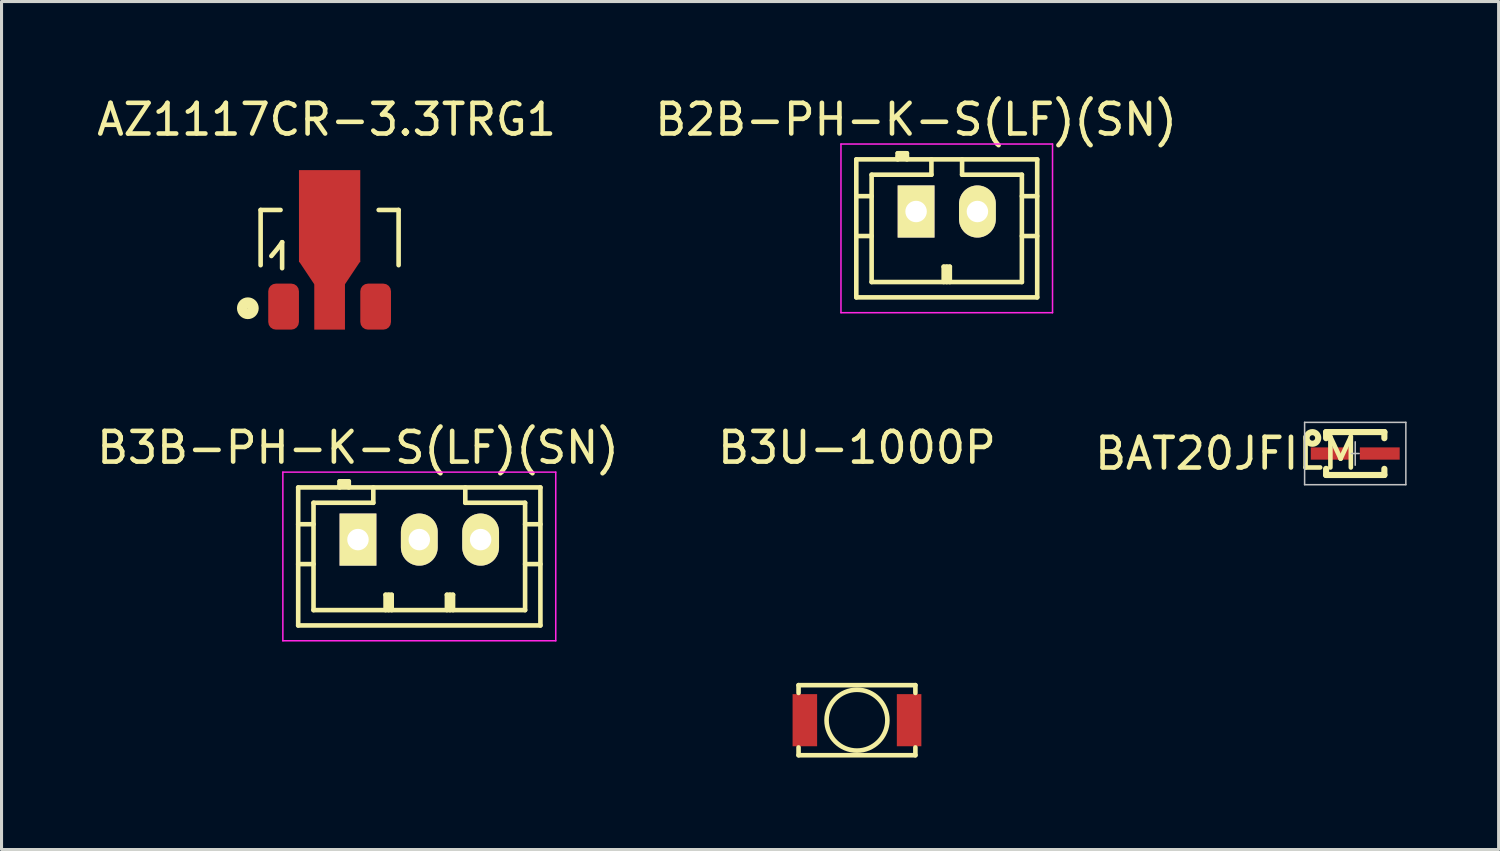
<source format=kicad_pcb>
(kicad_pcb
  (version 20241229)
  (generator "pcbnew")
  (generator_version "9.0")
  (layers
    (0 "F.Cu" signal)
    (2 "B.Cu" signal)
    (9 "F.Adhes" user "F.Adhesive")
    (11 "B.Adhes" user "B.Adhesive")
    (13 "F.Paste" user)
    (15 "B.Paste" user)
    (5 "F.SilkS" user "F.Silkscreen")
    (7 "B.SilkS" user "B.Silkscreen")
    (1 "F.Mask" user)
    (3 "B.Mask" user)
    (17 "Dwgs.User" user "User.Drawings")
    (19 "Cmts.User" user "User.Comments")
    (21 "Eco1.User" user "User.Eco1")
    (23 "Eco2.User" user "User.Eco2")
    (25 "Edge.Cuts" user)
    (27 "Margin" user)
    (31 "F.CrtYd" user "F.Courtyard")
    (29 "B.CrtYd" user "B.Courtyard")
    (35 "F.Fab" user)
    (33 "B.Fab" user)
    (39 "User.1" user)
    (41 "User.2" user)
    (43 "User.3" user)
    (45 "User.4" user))
  (footprint "B3U-1000P"
    (layer "F.Cu")
    (at 24.899 20.438)
    (property "Reference" "B3U-1000P" (at 0 -8.89 0) (layer "F.SilkS") (effects (font (size 1 1) (thickness 0.15))))
    (attr through_hole)
    (fp_line (start -1.905 -1.143) (end 1.905 -1.143) (stroke (width 0.15) (type solid)) (layer "F.SilkS"))
    (fp_line (start -1.905 -0.889) (end -1.905 -1.143) (stroke (width 0.15) (type solid)) (layer "F.SilkS"))
    (fp_line (start -1.905 1.143) (end -1.905 0.889) (stroke (width 0.15) (type solid)) (layer "F.SilkS"))
    (fp_line (start 1.905 -1.143) (end 1.905 -0.889) (stroke (width 0.15) (type solid)) (layer "F.SilkS"))
    (fp_line (start 1.905 0.889) (end 1.905 1.143) (stroke (width 0.15) (type solid)) (layer "F.SilkS"))
    (fp_line (start 1.905 1.143) (end -1.905 1.143) (stroke (width 0.15) (type solid)) (layer "F.SilkS"))
    (fp_circle (center 0 0) (end 0.635 0.762) (stroke (width 0.15) (type solid)) (fill no) (layer "F.SilkS"))
    (pad "1" smd rect (at -1.7 0) (size 0.8 1.7) (layers "F.Cu" "F.Mask" "F.Paste"))
    (pad "2" smd rect (at 1.7 0) (size 0.8 1.7) (layers "F.Cu" "F.Mask" "F.Paste")))
  (footprint "BAT20JFILM"
    (layer "F.Cu")
    (at 41.149 11.741)
    (property "Reference" "BAT20JFILM" (at -4.191 0 0) (layer "F.SilkS") (effects (font (size 1 1) (thickness 0.15))))
    (attr through_hole)
    (fp_line (start -0.95 -0.5) (end -0.95 -0.7) (stroke (width 0.2) (type solid)) (layer "F.SilkS"))
    (fp_line (start -0.95 0.5) (end -0.95 0.7) (stroke (width 0.2) (type solid)) (layer "F.SilkS"))
    (fp_line (start -0.95 0.7) (end 0.95 0.7) (stroke (width 0.2) (type solid)) (layer "F.SilkS"))
    (fp_line (start 0.95 -0.7) (end -0.95 -0.7) (stroke (width 0.2) (type solid)) (layer "F.SilkS"))
    (fp_line (start 0.95 -0.5) (end 0.95 -0.7) (stroke (width 0.2) (type solid)) (layer "F.SilkS"))
    (fp_line (start 0.95 0.5) (end 0.95 0.7) (stroke (width 0.2) (type solid)) (layer "F.SilkS"))
    (fp_circle (center -1.397 -0.508) (end -1.333 -0.445) (stroke (width 0.2) (type solid)) (fill no) (layer "F.SilkS"))
    (fp_line (start -1.651 -1.016) (end 1.651 -1.016) (stroke (width 0.05) (type solid)) (layer "Dwgs.User"))
    (fp_line (start -1.651 1.016) (end -1.651 -1.016) (stroke (width 0.05) (type solid)) (layer "Dwgs.User"))
    (fp_line (start 0 -0.381) (end 0 0.381) (stroke (width 0.05) (type solid)) (layer "Dwgs.User"))
    (fp_line (start 0.127 0) (end -0.127 0) (stroke (width 0.05) (type solid)) (layer "Dwgs.User"))
    (fp_line (start 1.651 -1.016) (end 1.651 1.016) (stroke (width 0.05) (type solid)) (layer "Dwgs.User"))
    (fp_line (start 1.651 1.016) (end -1.651 1.016) (stroke (width 0.05) (type solid)) (layer "Dwgs.User"))
    (pad "1" smd rect (at -0.8 0) (size 1.3 0.4) (layers "F.Cu" "F.Mask" "F.Paste"))
    (pad "2" smd rect (at 0.8 0) (size 1.3 0.4) (layers "F.Cu" "F.Mask" "F.Paste")))
  (footprint "B3B-PH-K-S(LF)(SN)"
    (layer "F.Cu")
    (at 8.625 14.548)
    (property "Reference" "B3B-PH-K-S(LF)(SN)" (at 0 -3 0) (layer "F.SilkS") (effects (font (size 1 1) (thickness 0.15))))
    (attr through_hole)
    (fp_line (start -1.95 -1.7) (end 5.95 -1.7) (stroke (width 0.15) (type solid)) (layer "F.SilkS"))
    (fp_line (start -1.95 -0.5) (end -1.45 -0.5) (stroke (width 0.15) (type solid)) (layer "F.SilkS"))
    (fp_line (start -1.95 0.8) (end -1.45 0.8) (stroke (width 0.15) (type solid)) (layer "F.SilkS"))
    (fp_line (start -1.95 2.8) (end -1.95 -1.7) (stroke (width 0.15) (type solid)) (layer "F.SilkS"))
    (fp_line (start -1.45 -1.2) (end -1.45 2.3) (stroke (width 0.15) (type solid)) (layer "F.SilkS"))
    (fp_line (start -1.45 2.3) (end 5.45 2.3) (stroke (width 0.15) (type solid)) (layer "F.SilkS"))
    (fp_line (start -0.6 -1.9) (end -0.6 -1.7) (stroke (width 0.15) (type solid)) (layer "F.SilkS"))
    (fp_line (start -0.3 -1.9) (end -0.6 -1.9) (stroke (width 0.15) (type solid)) (layer "F.SilkS"))
    (fp_line (start -0.3 -1.8) (end -0.6 -1.8) (stroke (width 0.15) (type solid)) (layer "F.SilkS"))
    (fp_line (start -0.3 -1.7) (end -0.3 -1.9) (stroke (width 0.15) (type solid)) (layer "F.SilkS"))
    (fp_line (start 0.5 -1.7) (end 0.5 -1.2) (stroke (width 0.15) (type solid)) (layer "F.SilkS"))
    (fp_line (start 0.5 -1.2) (end -1.45 -1.2) (stroke (width 0.15) (type solid)) (layer "F.SilkS"))
    (fp_line (start 0.9 1.8) (end 1.1 1.8) (stroke (width 0.15) (type solid)) (layer "F.SilkS"))
    (fp_line (start 0.9 2.3) (end 0.9 1.8) (stroke (width 0.15) (type solid)) (layer "F.SilkS"))
    (fp_line (start 1 2.3) (end 1 1.8) (stroke (width 0.15) (type solid)) (layer "F.SilkS"))
    (fp_line (start 1.1 1.8) (end 1.1 2.3) (stroke (width 0.15) (type solid)) (layer "F.SilkS"))
    (fp_line (start 2.9 1.8) (end 3.1 1.8) (stroke (width 0.15) (type solid)) (layer "F.SilkS"))
    (fp_line (start 2.9 2.3) (end 2.9 1.8) (stroke (width 0.15) (type solid)) (layer "F.SilkS"))
    (fp_line (start 3 2.3) (end 3 1.8) (stroke (width 0.15) (type solid)) (layer "F.SilkS"))
    (fp_line (start 3.1 1.8) (end 3.1 2.3) (stroke (width 0.15) (type solid)) (layer "F.SilkS"))
    (fp_line (start 3.5 -1.2) (end 3.5 -1.7) (stroke (width 0.15) (type solid)) (layer "F.SilkS"))
    (fp_line (start 5.45 -1.2) (end 3.5 -1.2) (stroke (width 0.15) (type solid)) (layer "F.SilkS"))
    (fp_line (start 5.45 -0.5) (end 5.95 -0.5) (stroke (width 0.15) (type solid)) (layer "F.SilkS"))
    (fp_line (start 5.45 0.8) (end 5.95 0.8) (stroke (width 0.15) (type solid)) (layer "F.SilkS"))
    (fp_line (start 5.45 2.3) (end 5.45 -1.2) (stroke (width 0.15) (type solid)) (layer "F.SilkS"))
    (fp_line (start 5.95 -1.7) (end 5.95 2.8) (stroke (width 0.15) (type solid)) (layer "F.SilkS"))
    (fp_line (start 5.95 2.8) (end -1.95 2.8) (stroke (width 0.15) (type solid)) (layer "F.SilkS"))
    (fp_line (start -2.45 -2.2) (end 6.45 -2.2) (stroke (width 0.05) (type solid)) (layer "F.CrtYd"))
    (fp_line (start -2.45 3.3) (end -2.45 -2.2) (stroke (width 0.05) (type solid)) (layer "F.CrtYd"))
    (fp_line (start 6.45 -2.2) (end 6.45 3.3) (stroke (width 0.05) (type solid)) (layer "F.CrtYd"))
    (fp_line (start 6.45 3.3) (end -2.45 3.3) (stroke (width 0.05) (type solid)) (layer "F.CrtYd"))
    (pad "1" thru_hole rect (at 0 0) (size 1.2 1.7) (drill 0.7) (layers "*.Cu" "*.Mask" "F.SilkS"))
    (pad "2" thru_hole oval (at 2 0) (size 1.2 1.7) (drill 0.7) (layers "*.Cu" "*.Mask" "F.SilkS"))
    (pad "3" thru_hole oval (at 4 0) (size 1.2 1.7) (drill 0.7) (layers "*.Cu" "*.Mask" "F.SilkS")))
  (footprint "AZ1117CR-3.3TRG1"
    (layer "F.Cu")
    (at 7.7 5.098)
    (property "Reference" "AZ1117CR-3.3TRG1" (at -0.099 -4.249 0) (layer "F.SilkS") (effects (font (size 1 1) (thickness 0.15))))
    (attr smd)
    (fp_line (start -2.25 -1.3) (end -2.25 0.5) (stroke (width 0.15) (type solid)) (layer "F.SilkS"))
    (fp_line (start -2.25 -1.3) (end -1.6 -1.3) (stroke (width 0.15) (type solid)) (layer "F.SilkS"))
    (fp_line (start -1.9 0.201) (end -1.651 -0.099) (stroke (width 0.15) (type solid)) (layer "F.SilkS"))
    (fp_line (start -1.651 -0.099) (end -1.549 -0.249) (stroke (width 0.15) (type solid)) (layer "F.SilkS"))
    (fp_line (start -1.549 -0.249) (end -1.549 0.599) (stroke (width 0.15) (type solid)) (layer "F.SilkS"))
    (fp_line (start 2.25 -1.3) (end 1.6 -1.3) (stroke (width 0.15) (type solid)) (layer "F.SilkS"))
    (fp_line (start 2.25 -1.3) (end 2.25 0.5) (stroke (width 0.15) (type solid)) (layer "F.SilkS"))
    (fp_circle (center -2.667 1.905) (end -2.54 2.032) (stroke (width 0.35) (type solid)) (fill no) (layer "F.SilkS"))
    (pad "1" smd roundrect (at -1.501 1.852) (size 1.001 1.501) (layers "F.Cu" "F.Mask" "F.Paste") (roundrect_rratio 0.25))
    (pad "2" smd rect (at 0 -1.1) (size 1.999 3) (layers "F.Cu" "F.Mask" "F.Paste"))
    (pad "2" smd trapezoid (at 0 0.749 180) (size 1.501 0.749) (rect_delta 0 0.5) (layers "F.Cu" "F.Mask" "F.Paste"))
    (pad "2" smd rect (at 0 1.852) (size 1.001 1.501) (layers "F.Cu" "F.Mask" "F.Paste"))
    (pad "3" smd roundrect (at 1.501 1.852) (size 1.001 1.501) (layers "F.Cu" "F.Mask" "F.Paste") (roundrect_rratio 0.25)))
  (footprint "B2B-PH-K-S(LF)(SN)"
    (layer "F.Cu")
    (at 26.827 3.848)
    (property "Reference" "B2B-PH-K-S(LF)(SN)" (at 0 -3 0) (layer "F.SilkS") (effects (font (size 1 1) (thickness 0.15))))
    (attr through_hole)
    (fp_line (start -1.95 -1.7) (end 3.95 -1.7) (stroke (width 0.15) (type solid)) (layer "F.SilkS"))
    (fp_line (start -1.95 -0.5) (end -1.45 -0.5) (stroke (width 0.15) (type solid)) (layer "F.SilkS"))
    (fp_line (start -1.95 0.8) (end -1.45 0.8) (stroke (width 0.15) (type solid)) (layer "F.SilkS"))
    (fp_line (start -1.95 2.8) (end -1.95 -1.7) (stroke (width 0.15) (type solid)) (layer "F.SilkS"))
    (fp_line (start -1.45 -1.2) (end -1.45 2.3) (stroke (width 0.15) (type solid)) (layer "F.SilkS"))
    (fp_line (start -1.45 2.3) (end 3.45 2.3) (stroke (width 0.15) (type solid)) (layer "F.SilkS"))
    (fp_line (start -0.6 -1.9) (end -0.6 -1.7) (stroke (width 0.15) (type solid)) (layer "F.SilkS"))
    (fp_line (start -0.3 -1.9) (end -0.6 -1.9) (stroke (width 0.15) (type solid)) (layer "F.SilkS"))
    (fp_line (start -0.3 -1.8) (end -0.6 -1.8) (stroke (width 0.15) (type solid)) (layer "F.SilkS"))
    (fp_line (start -0.3 -1.7) (end -0.3 -1.9) (stroke (width 0.15) (type solid)) (layer "F.SilkS"))
    (fp_line (start 0.5 -1.7) (end 0.5 -1.2) (stroke (width 0.15) (type solid)) (layer "F.SilkS"))
    (fp_line (start 0.5 -1.2) (end -1.45 -1.2) (stroke (width 0.15) (type solid)) (layer "F.SilkS"))
    (fp_line (start 0.9 1.8) (end 1.1 1.8) (stroke (width 0.15) (type solid)) (layer "F.SilkS"))
    (fp_line (start 0.9 2.3) (end 0.9 1.8) (stroke (width 0.15) (type solid)) (layer "F.SilkS"))
    (fp_line (start 1 2.3) (end 1 1.8) (stroke (width 0.15) (type solid)) (layer "F.SilkS"))
    (fp_line (start 1.1 1.8) (end 1.1 2.3) (stroke (width 0.15) (type solid)) (layer "F.SilkS"))
    (fp_line (start 1.5 -1.2) (end 1.5 -1.7) (stroke (width 0.15) (type solid)) (layer "F.SilkS"))
    (fp_line (start 3.45 -1.2) (end 1.5 -1.2) (stroke (width 0.15) (type solid)) (layer "F.SilkS"))
    (fp_line (start 3.45 -0.5) (end 3.95 -0.5) (stroke (width 0.15) (type solid)) (layer "F.SilkS"))
    (fp_line (start 3.45 0.8) (end 3.95 0.8) (stroke (width 0.15) (type solid)) (layer "F.SilkS"))
    (fp_line (start 3.45 2.3) (end 3.45 -1.2) (stroke (width 0.15) (type solid)) (layer "F.SilkS"))
    (fp_line (start 3.95 -1.7) (end 3.95 2.8) (stroke (width 0.15) (type solid)) (layer "F.SilkS"))
    (fp_line (start 3.95 2.8) (end -1.95 2.8) (stroke (width 0.15) (type solid)) (layer "F.SilkS"))
    (fp_line (start -2.45 -2.2) (end 4.45 -2.2) (stroke (width 0.05) (type solid)) (layer "F.CrtYd"))
    (fp_line (start -2.45 3.3) (end -2.45 -2.2) (stroke (width 0.05) (type solid)) (layer "F.CrtYd"))
    (fp_line (start 4.45 -2.2) (end 4.45 3.3) (stroke (width 0.05) (type solid)) (layer "F.CrtYd"))
    (fp_line (start 4.45 3.3) (end -2.45 3.3) (stroke (width 0.05) (type solid)) (layer "F.CrtYd"))
    (pad "1" thru_hole rect (at 0 0) (size 1.2 1.7) (drill 0.7) (layers "*.Cu" "*.Mask" "F.SilkS"))
    (pad "2" thru_hole oval (at 2 0) (size 1.2 1.7) (drill 0.7) (layers "*.Cu" "*.Mask" "F.SilkS")))
  (gr_rect
    (start -3 -3)
    (end 45.825 24.656)
    (stroke (width 0.1) (type default))
    (fill no)
    (layer "Edge.Cuts")))
</source>
